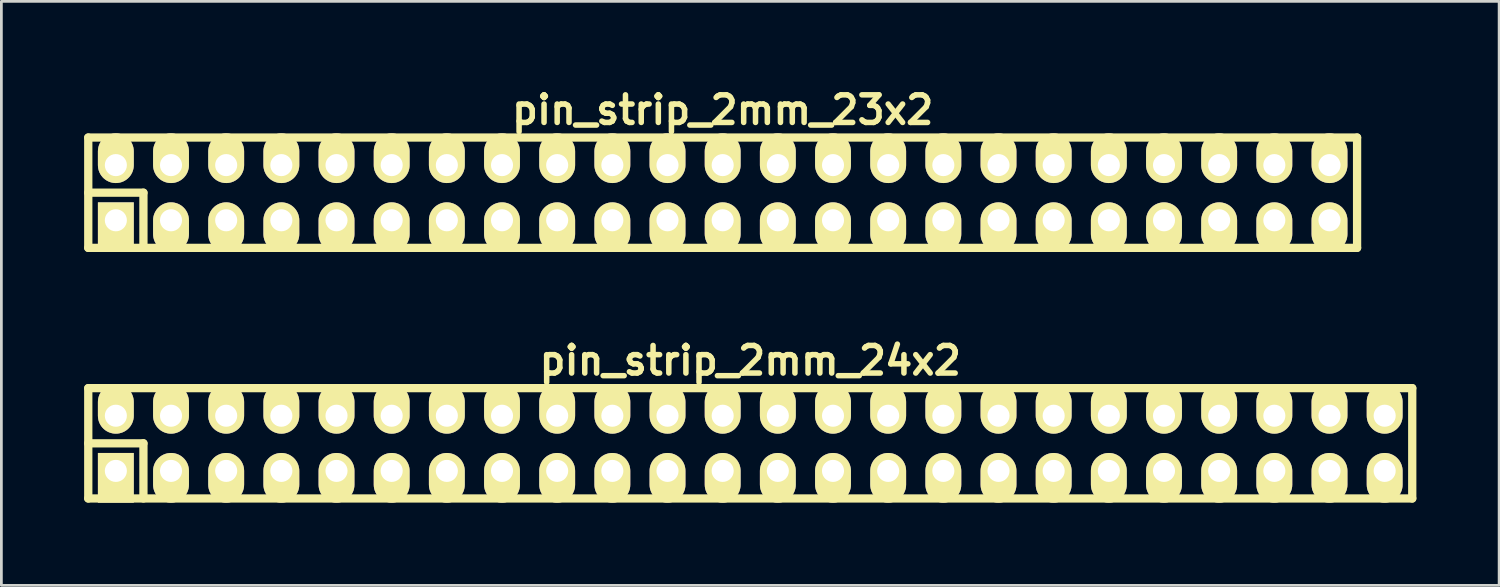
<source format=kicad_pcb>
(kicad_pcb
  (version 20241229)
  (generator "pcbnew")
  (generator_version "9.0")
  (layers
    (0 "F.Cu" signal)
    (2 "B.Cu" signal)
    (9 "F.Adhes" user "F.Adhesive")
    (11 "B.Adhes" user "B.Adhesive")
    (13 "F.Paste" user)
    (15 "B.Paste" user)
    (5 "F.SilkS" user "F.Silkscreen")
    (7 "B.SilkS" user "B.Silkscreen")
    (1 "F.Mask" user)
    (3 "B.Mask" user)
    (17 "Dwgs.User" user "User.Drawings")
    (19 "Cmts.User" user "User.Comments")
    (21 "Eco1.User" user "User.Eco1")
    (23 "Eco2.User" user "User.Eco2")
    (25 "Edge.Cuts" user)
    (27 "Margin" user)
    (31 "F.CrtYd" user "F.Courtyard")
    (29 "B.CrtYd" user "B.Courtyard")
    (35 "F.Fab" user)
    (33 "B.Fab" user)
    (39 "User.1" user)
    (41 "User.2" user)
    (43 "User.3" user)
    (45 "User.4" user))
  (footprint "pin_strip_2mm_24x2"
    (layer "F.Cu")
    (at 24.15 13.022)
    (property "Reference" "pin_strip_2mm_24x2" (at 0 -3 0) (layer "F.SilkS") (effects (font (size 1 1) (thickness 0.2))))
    (attr through_hole)
    (fp_line (start -24 -2) (end 24 -2) (stroke (width 0.3) (type solid)) (layer "F.SilkS"))
    (fp_line (start -24 0) (end -22 0) (stroke (width 0.3) (type solid)) (layer "F.SilkS"))
    (fp_line (start -24 2) (end -24 -2) (stroke (width 0.3) (type solid)) (layer "F.SilkS"))
    (fp_line (start -22 0) (end -22 2) (stroke (width 0.3) (type solid)) (layer "F.SilkS"))
    (fp_line (start 24 -2) (end 24 2) (stroke (width 0.3) (type solid)) (layer "F.SilkS"))
    (fp_line (start 24 2) (end -24 2) (stroke (width 0.3) (type solid)) (layer "F.SilkS"))
    (pad "1" thru_hole rect (at -23 1) (size 1.3 1.8) (drill 0.8 (offset 0 0.25)) (layers "*.Cu" "*.Mask" "F.SilkS"))
    (pad "2" thru_hole oval (at -23 -1) (size 1.3 1.8) (drill 0.8 (offset 0 -0.25)) (layers "*.Cu" "*.Mask" "F.SilkS"))
    (pad "3" thru_hole oval (at -21 1) (size 1.3 1.8) (drill 0.8 (offset 0 0.25)) (layers "*.Cu" "*.Mask" "F.SilkS"))
    (pad "4" thru_hole oval (at -21 -1) (size 1.3 1.8) (drill 0.8 (offset 0 -0.25)) (layers "*.Cu" "*.Mask" "F.SilkS"))
    (pad "5" thru_hole oval (at -19 1) (size 1.3 1.8) (drill 0.8 (offset 0 0.25)) (layers "*.Cu" "*.Mask" "F.SilkS"))
    (pad "6" thru_hole oval (at -19 -1) (size 1.3 1.8) (drill 0.8 (offset 0 -0.25)) (layers "*.Cu" "*.Mask" "F.SilkS"))
    (pad "7" thru_hole oval (at -17 1) (size 1.3 1.8) (drill 0.8 (offset 0 0.25)) (layers "*.Cu" "*.Mask" "F.SilkS"))
    (pad "8" thru_hole oval (at -17 -1) (size 1.3 1.8) (drill 0.8 (offset 0 -0.25)) (layers "*.Cu" "*.Mask" "F.SilkS"))
    (pad "9" thru_hole oval (at -15 1) (size 1.3 1.8) (drill 0.8 (offset 0 0.25)) (layers "*.Cu" "*.Mask" "F.SilkS"))
    (pad "10" thru_hole oval (at -15 -1) (size 1.3 1.8) (drill 0.8 (offset 0 -0.25)) (layers "*.Cu" "*.Mask" "F.SilkS"))
    (pad "11" thru_hole oval (at -13 1) (size 1.3 1.8) (drill 0.8 (offset 0 0.25)) (layers "*.Cu" "*.Mask" "F.SilkS"))
    (pad "12" thru_hole oval (at -13 -1) (size 1.3 1.8) (drill 0.8 (offset 0 -0.25)) (layers "*.Cu" "*.Mask" "F.SilkS"))
    (pad "13" thru_hole oval (at -11 1) (size 1.3 1.8) (drill 0.8 (offset 0 0.25)) (layers "*.Cu" "*.Mask" "F.SilkS"))
    (pad "14" thru_hole oval (at -11 -1) (size 1.3 1.8) (drill 0.8 (offset 0 -0.25)) (layers "*.Cu" "*.Mask" "F.SilkS"))
    (pad "15" thru_hole oval (at -9 1) (size 1.3 1.8) (drill 0.8 (offset 0 0.25)) (layers "*.Cu" "*.Mask" "F.SilkS"))
    (pad "16" thru_hole oval (at -9 -1) (size 1.3 1.8) (drill 0.8 (offset 0 -0.25)) (layers "*.Cu" "*.Mask" "F.SilkS"))
    (pad "17" thru_hole oval (at -7 1) (size 1.3 1.8) (drill 0.8 (offset 0 0.25)) (layers "*.Cu" "*.Mask" "F.SilkS"))
    (pad "18" thru_hole oval (at -7 -1) (size 1.3 1.8) (drill 0.8 (offset 0 -0.25)) (layers "*.Cu" "*.Mask" "F.SilkS"))
    (pad "19" thru_hole oval (at -5 1) (size 1.3 1.8) (drill 0.8 (offset 0 0.25)) (layers "*.Cu" "*.Mask" "F.SilkS"))
    (pad "20" thru_hole oval (at -5 -1) (size 1.3 1.8) (drill 0.8 (offset 0 -0.25)) (layers "*.Cu" "*.Mask" "F.SilkS"))
    (pad "21" thru_hole oval (at -3 1) (size 1.3 1.8) (drill 0.8 (offset 0 0.25)) (layers "*.Cu" "*.Mask" "F.SilkS"))
    (pad "22" thru_hole oval (at -3 -1) (size 1.3 1.8) (drill 0.8 (offset 0 -0.25)) (layers "*.Cu" "*.Mask" "F.SilkS"))
    (pad "23" thru_hole oval (at -1 1) (size 1.3 1.8) (drill 0.8 (offset 0 0.25)) (layers "*.Cu" "*.Mask" "F.SilkS"))
    (pad "24" thru_hole oval (at -1 -1) (size 1.3 1.8) (drill 0.8 (offset 0 -0.25)) (layers "*.Cu" "*.Mask" "F.SilkS"))
    (pad "25" thru_hole oval (at 1 1) (size 1.3 1.8) (drill 0.8 (offset 0 0.25)) (layers "*.Cu" "*.Mask" "F.SilkS"))
    (pad "26" thru_hole oval (at 1 -1) (size 1.3 1.8) (drill 0.8 (offset 0 -0.25)) (layers "*.Cu" "*.Mask" "F.SilkS"))
    (pad "27" thru_hole oval (at 3 1) (size 1.3 1.8) (drill 0.8 (offset 0 0.25)) (layers "*.Cu" "*.Mask" "F.SilkS"))
    (pad "28" thru_hole oval (at 3 -1) (size 1.3 1.8) (drill 0.8 (offset 0 -0.25)) (layers "*.Cu" "*.Mask" "F.SilkS"))
    (pad "29" thru_hole oval (at 5 1) (size 1.3 1.8) (drill 0.8 (offset 0 0.25)) (layers "*.Cu" "*.Mask" "F.SilkS"))
    (pad "30" thru_hole oval (at 5 -1) (size 1.3 1.8) (drill 0.8 (offset 0 -0.25)) (layers "*.Cu" "*.Mask" "F.SilkS"))
    (pad "31" thru_hole oval (at 7 1) (size 1.3 1.8) (drill 0.8 (offset 0 0.25)) (layers "*.Cu" "*.Mask" "F.SilkS"))
    (pad "32" thru_hole oval (at 7 -1) (size 1.3 1.8) (drill 0.8 (offset 0 -0.25)) (layers "*.Cu" "*.Mask" "F.SilkS"))
    (pad "33" thru_hole oval (at 9 1) (size 1.3 1.8) (drill 0.8 (offset 0 0.25)) (layers "*.Cu" "*.Mask" "F.SilkS"))
    (pad "34" thru_hole oval (at 9 -1) (size 1.3 1.8) (drill 0.8 (offset 0 -0.25)) (layers "*.Cu" "*.Mask" "F.SilkS"))
    (pad "35" thru_hole oval (at 11 1) (size 1.3 1.8) (drill 0.8 (offset 0 0.25)) (layers "*.Cu" "*.Mask" "F.SilkS"))
    (pad "36" thru_hole oval (at 11 -1) (size 1.3 1.8) (drill 0.8 (offset 0 -0.25)) (layers "*.Cu" "*.Mask" "F.SilkS"))
    (pad "37" thru_hole oval (at 13 1) (size 1.3 1.8) (drill 0.8 (offset 0 0.25)) (layers "*.Cu" "*.Mask" "F.SilkS"))
    (pad "38" thru_hole oval (at 13 -1) (size 1.3 1.8) (drill 0.8 (offset 0 -0.25)) (layers "*.Cu" "*.Mask" "F.SilkS"))
    (pad "39" thru_hole oval (at 15 1) (size 1.3 1.8) (drill 0.8 (offset 0 0.25)) (layers "*.Cu" "*.Mask" "F.SilkS"))
    (pad "40" thru_hole oval (at 15 -1) (size 1.3 1.8) (drill 0.8 (offset 0 -0.25)) (layers "*.Cu" "*.Mask" "F.SilkS"))
    (pad "41" thru_hole oval (at 17 1) (size 1.3 1.8) (drill 0.8 (offset 0 0.25)) (layers "*.Cu" "*.Mask" "F.SilkS"))
    (pad "42" thru_hole oval (at 17 -1) (size 1.3 1.8) (drill 0.8 (offset 0 -0.25)) (layers "*.Cu" "*.Mask" "F.SilkS"))
    (pad "43" thru_hole oval (at 19 1) (size 1.3 1.8) (drill 0.8 (offset 0 0.25)) (layers "*.Cu" "*.Mask" "F.SilkS"))
    (pad "44" thru_hole oval (at 19 -1) (size 1.3 1.8) (drill 0.8 (offset 0 -0.25)) (layers "*.Cu" "*.Mask" "F.SilkS"))
    (pad "45" thru_hole oval (at 21 1) (size 1.3 1.8) (drill 0.8 (offset 0 0.25)) (layers "*.Cu" "*.Mask" "F.SilkS"))
    (pad "46" thru_hole oval (at 21 -1) (size 1.3 1.8) (drill 0.8 (offset 0 -0.25)) (layers "*.Cu" "*.Mask" "F.SilkS"))
    (pad "47" thru_hole oval (at 23 1) (size 1.3 1.8) (drill 0.8 (offset 0 0.25)) (layers "*.Cu" "*.Mask" "F.SilkS"))
    (pad "48" thru_hole oval (at 23 -1) (size 1.3 1.8) (drill 0.8 (offset 0 -0.25)) (layers "*.Cu" "*.Mask" "F.SilkS")))
  (footprint "pin_strip_2mm_23x2"
    (layer "F.Cu")
    (at 23.15 3.936)
    (property "Reference" "pin_strip_2mm_23x2" (at 0 -3 0) (layer "F.SilkS") (effects (font (size 1 1) (thickness 0.2))))
    (attr through_hole)
    (fp_line (start -23 -2) (end 23 -2) (stroke (width 0.3) (type solid)) (layer "F.SilkS"))
    (fp_line (start -23 0) (end -21 0) (stroke (width 0.3) (type solid)) (layer "F.SilkS"))
    (fp_line (start -23 2) (end -23 -2) (stroke (width 0.3) (type solid)) (layer "F.SilkS"))
    (fp_line (start -21 0) (end -21 2) (stroke (width 0.3) (type solid)) (layer "F.SilkS"))
    (fp_line (start 23 -2) (end 23 2) (stroke (width 0.3) (type solid)) (layer "F.SilkS"))
    (fp_line (start 23 2) (end -23 2) (stroke (width 0.3) (type solid)) (layer "F.SilkS"))
    (pad "1" thru_hole rect (at -22 1) (size 1.3 1.8) (drill 0.8 (offset 0 0.25)) (layers "*.Cu" "*.Mask" "F.SilkS"))
    (pad "2" thru_hole oval (at -22 -1) (size 1.3 1.8) (drill 0.8 (offset 0 -0.25)) (layers "*.Cu" "*.Mask" "F.SilkS"))
    (pad "3" thru_hole oval (at -20 1) (size 1.3 1.8) (drill 0.8 (offset 0 0.25)) (layers "*.Cu" "*.Mask" "F.SilkS"))
    (pad "4" thru_hole oval (at -20 -1) (size 1.3 1.8) (drill 0.8 (offset 0 -0.25)) (layers "*.Cu" "*.Mask" "F.SilkS"))
    (pad "5" thru_hole oval (at -18 1) (size 1.3 1.8) (drill 0.8 (offset 0 0.25)) (layers "*.Cu" "*.Mask" "F.SilkS"))
    (pad "6" thru_hole oval (at -18 -1) (size 1.3 1.8) (drill 0.8 (offset 0 -0.25)) (layers "*.Cu" "*.Mask" "F.SilkS"))
    (pad "7" thru_hole oval (at -16 1) (size 1.3 1.8) (drill 0.8 (offset 0 0.25)) (layers "*.Cu" "*.Mask" "F.SilkS"))
    (pad "8" thru_hole oval (at -16 -1) (size 1.3 1.8) (drill 0.8 (offset 0 -0.25)) (layers "*.Cu" "*.Mask" "F.SilkS"))
    (pad "9" thru_hole oval (at -14 1) (size 1.3 1.8) (drill 0.8 (offset 0 0.25)) (layers "*.Cu" "*.Mask" "F.SilkS"))
    (pad "10" thru_hole oval (at -14 -1) (size 1.3 1.8) (drill 0.8 (offset 0 -0.25)) (layers "*.Cu" "*.Mask" "F.SilkS"))
    (pad "11" thru_hole oval (at -12 1) (size 1.3 1.8) (drill 0.8 (offset 0 0.25)) (layers "*.Cu" "*.Mask" "F.SilkS"))
    (pad "12" thru_hole oval (at -12 -1) (size 1.3 1.8) (drill 0.8 (offset 0 -0.25)) (layers "*.Cu" "*.Mask" "F.SilkS"))
    (pad "13" thru_hole oval (at -10 1) (size 1.3 1.8) (drill 0.8 (offset 0 0.25)) (layers "*.Cu" "*.Mask" "F.SilkS"))
    (pad "14" thru_hole oval (at -10 -1) (size 1.3 1.8) (drill 0.8 (offset 0 -0.25)) (layers "*.Cu" "*.Mask" "F.SilkS"))
    (pad "15" thru_hole oval (at -8 1) (size 1.3 1.8) (drill 0.8 (offset 0 0.25)) (layers "*.Cu" "*.Mask" "F.SilkS"))
    (pad "16" thru_hole oval (at -8 -1) (size 1.3 1.8) (drill 0.8 (offset 0 -0.25)) (layers "*.Cu" "*.Mask" "F.SilkS"))
    (pad "17" thru_hole oval (at -6 1) (size 1.3 1.8) (drill 0.8 (offset 0 0.25)) (layers "*.Cu" "*.Mask" "F.SilkS"))
    (pad "18" thru_hole oval (at -6 -1) (size 1.3 1.8) (drill 0.8 (offset 0 -0.25)) (layers "*.Cu" "*.Mask" "F.SilkS"))
    (pad "19" thru_hole oval (at -4 1) (size 1.3 1.8) (drill 0.8 (offset 0 0.25)) (layers "*.Cu" "*.Mask" "F.SilkS"))
    (pad "20" thru_hole oval (at -4 -1) (size 1.3 1.8) (drill 0.8 (offset 0 -0.25)) (layers "*.Cu" "*.Mask" "F.SilkS"))
    (pad "21" thru_hole oval (at -2 1) (size 1.3 1.8) (drill 0.8 (offset 0 0.25)) (layers "*.Cu" "*.Mask" "F.SilkS"))
    (pad "22" thru_hole oval (at -2 -1) (size 1.3 1.8) (drill 0.8 (offset 0 -0.25)) (layers "*.Cu" "*.Mask" "F.SilkS"))
    (pad "23" thru_hole oval (at 0 1) (size 1.3 1.8) (drill 0.8 (offset 0 0.25)) (layers "*.Cu" "*.Mask" "F.SilkS"))
    (pad "24" thru_hole oval (at 0 -1) (size 1.3 1.8) (drill 0.8 (offset 0 -0.25)) (layers "*.Cu" "*.Mask" "F.SilkS"))
    (pad "25" thru_hole oval (at 2 1) (size 1.3 1.8) (drill 0.8 (offset 0 0.25)) (layers "*.Cu" "*.Mask" "F.SilkS"))
    (pad "26" thru_hole oval (at 2 -1) (size 1.3 1.8) (drill 0.8 (offset 0 -0.25)) (layers "*.Cu" "*.Mask" "F.SilkS"))
    (pad "27" thru_hole oval (at 4 1) (size 1.3 1.8) (drill 0.8 (offset 0 0.25)) (layers "*.Cu" "*.Mask" "F.SilkS"))
    (pad "28" thru_hole oval (at 4 -1) (size 1.3 1.8) (drill 0.8 (offset 0 -0.25)) (layers "*.Cu" "*.Mask" "F.SilkS"))
    (pad "29" thru_hole oval (at 6 1) (size 1.3 1.8) (drill 0.8 (offset 0 0.25)) (layers "*.Cu" "*.Mask" "F.SilkS"))
    (pad "30" thru_hole oval (at 6 -1) (size 1.3 1.8) (drill 0.8 (offset 0 -0.25)) (layers "*.Cu" "*.Mask" "F.SilkS"))
    (pad "31" thru_hole oval (at 8 1) (size 1.3 1.8) (drill 0.8 (offset 0 0.25)) (layers "*.Cu" "*.Mask" "F.SilkS"))
    (pad "32" thru_hole oval (at 8 -1) (size 1.3 1.8) (drill 0.8 (offset 0 -0.25)) (layers "*.Cu" "*.Mask" "F.SilkS"))
    (pad "33" thru_hole oval (at 10 1) (size 1.3 1.8) (drill 0.8 (offset 0 0.25)) (layers "*.Cu" "*.Mask" "F.SilkS"))
    (pad "34" thru_hole oval (at 10 -1) (size 1.3 1.8) (drill 0.8 (offset 0 -0.25)) (layers "*.Cu" "*.Mask" "F.SilkS"))
    (pad "35" thru_hole oval (at 12 1) (size 1.3 1.8) (drill 0.8 (offset 0 0.25)) (layers "*.Cu" "*.Mask" "F.SilkS"))
    (pad "36" thru_hole oval (at 12 -1) (size 1.3 1.8) (drill 0.8 (offset 0 -0.25)) (layers "*.Cu" "*.Mask" "F.SilkS"))
    (pad "37" thru_hole oval (at 14 1) (size 1.3 1.8) (drill 0.8 (offset 0 0.25)) (layers "*.Cu" "*.Mask" "F.SilkS"))
    (pad "38" thru_hole oval (at 14 -1) (size 1.3 1.8) (drill 0.8 (offset 0 -0.25)) (layers "*.Cu" "*.Mask" "F.SilkS"))
    (pad "39" thru_hole oval (at 16 1) (size 1.3 1.8) (drill 0.8 (offset 0 0.25)) (layers "*.Cu" "*.Mask" "F.SilkS"))
    (pad "40" thru_hole oval (at 16 -1) (size 1.3 1.8) (drill 0.8 (offset 0 -0.25)) (layers "*.Cu" "*.Mask" "F.SilkS"))
    (pad "41" thru_hole oval (at 18 1) (size 1.3 1.8) (drill 0.8 (offset 0 0.25)) (layers "*.Cu" "*.Mask" "F.SilkS"))
    (pad "42" thru_hole oval (at 18 -1) (size 1.3 1.8) (drill 0.8 (offset 0 -0.25)) (layers "*.Cu" "*.Mask" "F.SilkS"))
    (pad "43" thru_hole oval (at 20 1) (size 1.3 1.8) (drill 0.8 (offset 0 0.25)) (layers "*.Cu" "*.Mask" "F.SilkS"))
    (pad "44" thru_hole oval (at 20 -1) (size 1.3 1.8) (drill 0.8 (offset 0 -0.25)) (layers "*.Cu" "*.Mask" "F.SilkS"))
    (pad "45" thru_hole oval (at 22 1) (size 1.3 1.8) (drill 0.8 (offset 0 0.25)) (layers "*.Cu" "*.Mask" "F.SilkS"))
    (pad "46" thru_hole oval (at 22 -1) (size 1.3 1.8) (drill 0.8 (offset 0 -0.25)) (layers "*.Cu" "*.Mask" "F.SilkS")))
  (gr_rect
    (start -3 -3)
    (end 51.3 18.172)
    (stroke (width 0.1) (type default))
    (fill no)
    (layer "Edge.Cuts")))
</source>
